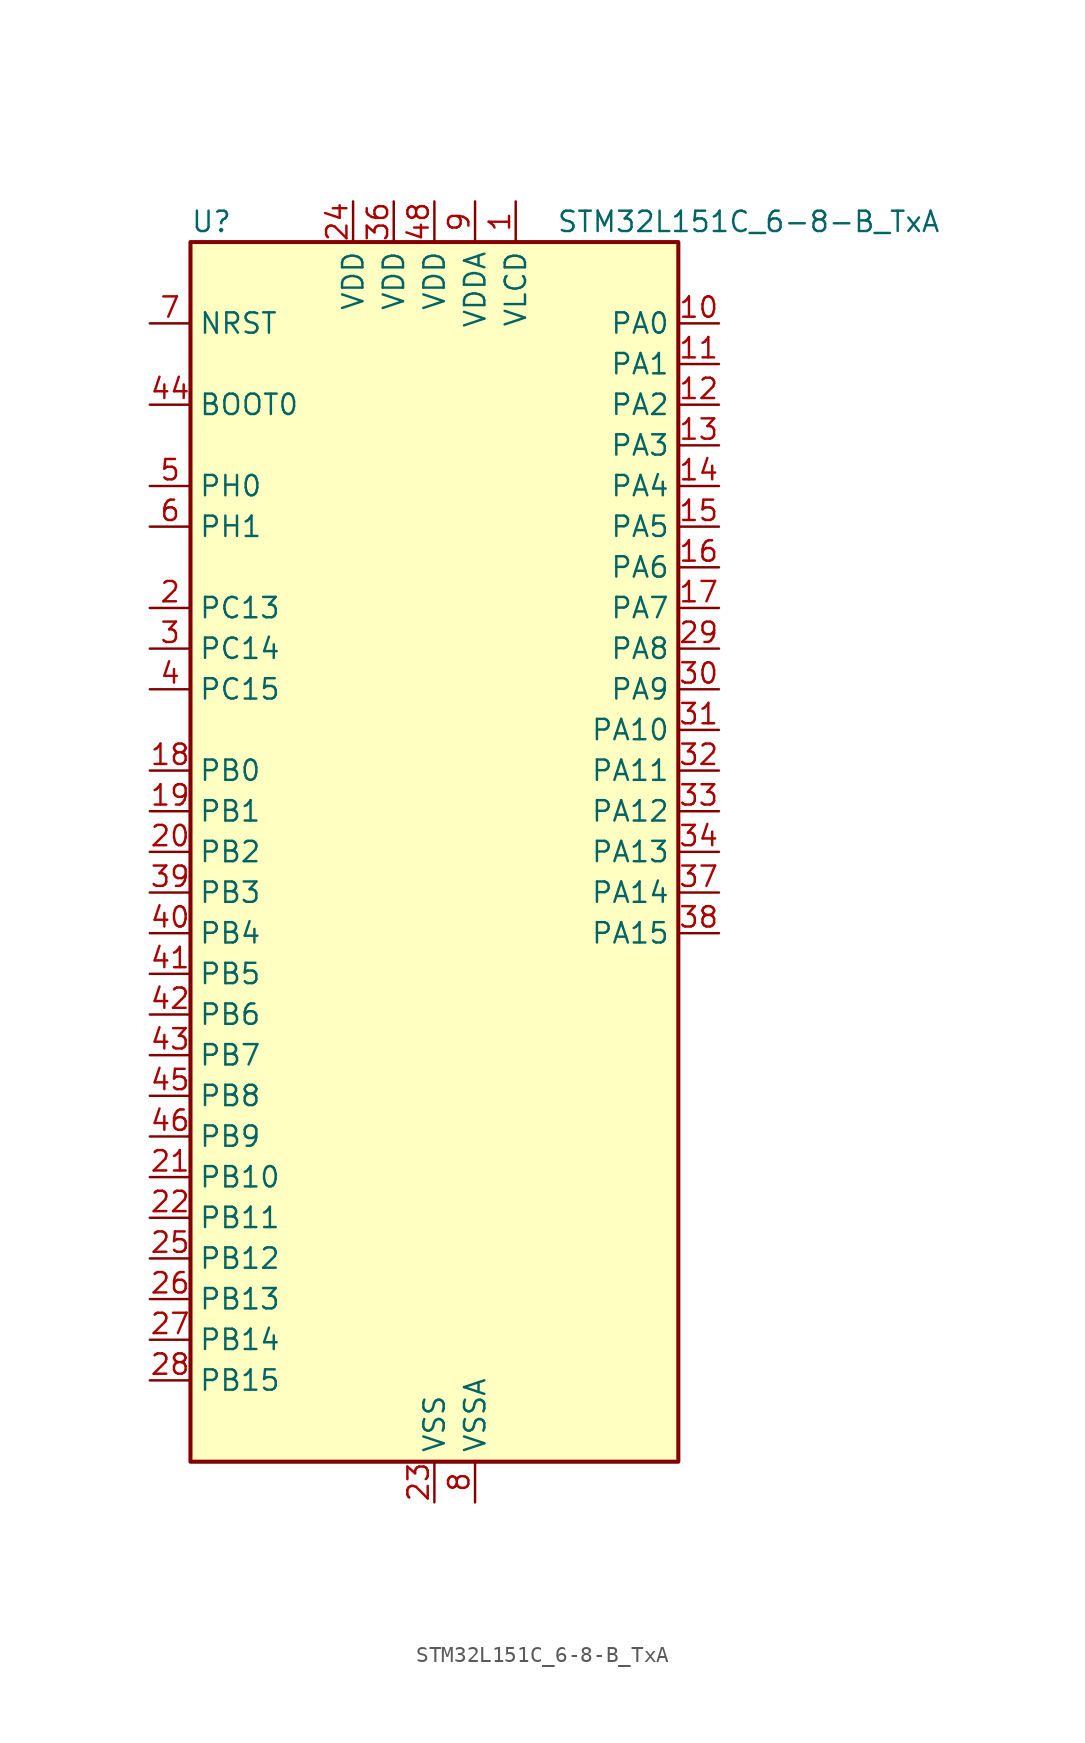
<source format=kicad_sym>
(kicad_symbol_lib
  (version 20241209)
  (generator "kicad_symbol_editor")
  (generator_version "9.0")
  (symbol "STM32L151C_6-8-B_TxA"
    (property "Reference" "U"
      (at -15.24 39.37 0)
      (effects (font (size 1.27 1.27)) (justify left)))
    (property "Value" "STM32L151C_6-8-B_TxA"
      (at 7.62 39.37 0)
      (effects (font (size 1.27 1.27)) (justify left)))
    (symbol "STM32L151C_6-8-B_TxA_0_1"
      (rectangle (start -15.24 -38.1) (end 15.24 38.1) (stroke (width 0.254) (type default)) (fill (type background))))
    (symbol "STM32L151C_6-8-B_TxA_1_1"
      (pin input line (at -17.78 33.02 0) (length 2.54) (name "NRST" (effects (font (size 1.27 1.27)))) (number "7" (effects (font (size 1.27 1.27)))))
      (pin input line (at -17.78 27.94 0) (length 2.54) (name "BOOT0" (effects (font (size 1.27 1.27)))) (number "44" (effects (font (size 1.27 1.27)))))
      (pin bidirectional line (at -17.78 22.86 0) (length 2.54) (name "PH0" (effects (font (size 1.27 1.27)))) (number "5" (effects (font (size 1.27 1.27)))) (alternate "RCC_OSC_IN" bidirectional line))
      (pin bidirectional line (at -17.78 20.32 0) (length 2.54) (name "PH1" (effects (font (size 1.27 1.27)))) (number "6" (effects (font (size 1.27 1.27)))) (alternate "RCC_OSC_OUT" bidirectional line))
      (pin bidirectional line (at -17.78 15.24 0) (length 2.54) (name "PC13" (effects (font (size 1.27 1.27)))) (number "2" (effects (font (size 1.27 1.27)))) (alternate "RTC_OUT_ALARM" bidirectional line) (alternate "RTC_OUT_CALIB" bidirectional line) (alternate "RTC_TAMP1" bidirectional line) (alternate "RTC_TS" bidirectional line) (alternate "SYS_WKUP2" bidirectional line) (alternate "TIMX_IC2" bidirectional line))
      (pin bidirectional line (at -17.78 12.7 0) (length 2.54) (name "PC14" (effects (font (size 1.27 1.27)))) (number "3" (effects (font (size 1.27 1.27)))) (alternate "RCC_OSC32_IN" bidirectional line) (alternate "TIMX_IC3" bidirectional line))
      (pin bidirectional line (at -17.78 10.16 0) (length 2.54) (name "PC15" (effects (font (size 1.27 1.27)))) (number "4" (effects (font (size 1.27 1.27)))) (alternate "ADC_EXTI15" bidirectional line) (alternate "RCC_OSC32_OUT" bidirectional line) (alternate "TIMX_IC4" bidirectional line))
      (pin bidirectional line (at -17.78 5.08 0) (length 2.54) (name "PB0" (effects (font (size 1.27 1.27)))) (number "18" (effects (font (size 1.27 1.27)))) (alternate "ADC_IN8" bidirectional line) (alternate "COMP1_INP" bidirectional line) (alternate "SYS_V_REF_OUT" bidirectional line) (alternate "TIM3_CH3" bidirectional line) (alternate "TS_G3_IO1" bidirectional line))
      (pin bidirectional line (at -17.78 2.54 0) (length 2.54) (name "PB1" (effects (font (size 1.27 1.27)))) (number "19" (effects (font (size 1.27 1.27)))) (alternate "ADC_IN9" bidirectional line) (alternate "COMP1_INP" bidirectional line) (alternate "SYS_V_REF_OUT" bidirectional line) (alternate "TIM3_CH4" bidirectional line) (alternate "TS_G3_IO2" bidirectional line))
      (pin bidirectional line (at -17.78 0 0) (length 2.54) (name "PB2" (effects (font (size 1.27 1.27)))) (number "20" (effects (font (size 1.27 1.27)))) (alternate "TS_G3_IO3" bidirectional line))
      (pin bidirectional line (at -17.78 -2.54 0) (length 2.54) (name "PB3" (effects (font (size 1.27 1.27)))) (number "39" (effects (font (size 1.27 1.27)))) (alternate "COMP2_INM" bidirectional line) (alternate "SPI1_SCK" bidirectional line) (alternate "SYS_JTDO-TRACESWO" bidirectional line) (alternate "TIM2_CH2" bidirectional line))
      (pin bidirectional line (at -17.78 -5.08 0) (length 2.54) (name "PB4" (effects (font (size 1.27 1.27)))) (number "40" (effects (font (size 1.27 1.27)))) (alternate "COMP2_INP" bidirectional line) (alternate "SPI1_MISO" bidirectional line) (alternate "SYS_JTRST" bidirectional line) (alternate "TIM3_CH1" bidirectional line) (alternate "TS_G6_IO1" bidirectional line))
      (pin bidirectional line (at -17.78 -7.62 0) (length 2.54) (name "PB5" (effects (font (size 1.27 1.27)))) (number "41" (effects (font (size 1.27 1.27)))) (alternate "COMP2_INP" bidirectional line) (alternate "I2C1_SMBA" bidirectional line) (alternate "SPI1_MOSI" bidirectional line) (alternate "TIM3_CH2" bidirectional line) (alternate "TS_G6_IO2" bidirectional line))
      (pin bidirectional line (at -17.78 -10.16 0) (length 2.54) (name "PB6" (effects (font (size 1.27 1.27)))) (number "42" (effects (font (size 1.27 1.27)))) (alternate "I2C1_SCL" bidirectional line) (alternate "TIM4_CH1" bidirectional line) (alternate "TS_G6_IO3" bidirectional line) (alternate "USART1_TX" bidirectional line))
      (pin bidirectional line (at -17.78 -12.7 0) (length 2.54) (name "PB7" (effects (font (size 1.27 1.27)))) (number "43" (effects (font (size 1.27 1.27)))) (alternate "I2C1_SDA" bidirectional line) (alternate "SYS_PVD_IN" bidirectional line) (alternate "TIM4_CH2" bidirectional line) (alternate "TS_G6_IO4" bidirectional line) (alternate "USART1_RX" bidirectional line))
      (pin bidirectional line (at -17.78 -15.24 0) (length 2.54) (name "PB8" (effects (font (size 1.27 1.27)))) (number "45" (effects (font (size 1.27 1.27)))) (alternate "I2C1_SCL" bidirectional line) (alternate "TIM10_CH1" bidirectional line) (alternate "TIM4_CH3" bidirectional line))
      (pin bidirectional line (at -17.78 -17.78 0) (length 2.54) (name "PB9" (effects (font (size 1.27 1.27)))) (number "46" (effects (font (size 1.27 1.27)))) (alternate "DAC_EXTI9" bidirectional line) (alternate "I2C1_SDA" bidirectional line) (alternate "TIM11_CH1" bidirectional line) (alternate "TIM4_CH4" bidirectional line))
      (pin bidirectional line (at -17.78 -20.32 0) (length 2.54) (name "PB10" (effects (font (size 1.27 1.27)))) (number "21" (effects (font (size 1.27 1.27)))) (alternate "I2C2_SCL" bidirectional line) (alternate "TIM2_CH3" bidirectional line) (alternate "USART3_TX" bidirectional line))
      (pin bidirectional line (at -17.78 -22.86 0) (length 2.54) (name "PB11" (effects (font (size 1.27 1.27)))) (number "22" (effects (font (size 1.27 1.27)))) (alternate "ADC_EXTI11" bidirectional line) (alternate "I2C2_SDA" bidirectional line) (alternate "TIM2_CH4" bidirectional line) (alternate "USART3_RX" bidirectional line))
      (pin bidirectional line (at -17.78 -25.4 0) (length 2.54) (name "PB12" (effects (font (size 1.27 1.27)))) (number "25" (effects (font (size 1.27 1.27)))) (alternate "ADC_IN18" bidirectional line) (alternate "COMP1_INP" bidirectional line) (alternate "I2C2_SMBA" bidirectional line) (alternate "SPI2_NSS" bidirectional line) (alternate "TIM10_CH1" bidirectional line) (alternate "TS_G7_IO1" bidirectional line) (alternate "USART3_CK" bidirectional line))
      (pin bidirectional line (at -17.78 -27.94 0) (length 2.54) (name "PB13" (effects (font (size 1.27 1.27)))) (number "26" (effects (font (size 1.27 1.27)))) (alternate "ADC_IN19" bidirectional line) (alternate "COMP1_INP" bidirectional line) (alternate "SPI2_SCK" bidirectional line) (alternate "TIM9_CH1" bidirectional line) (alternate "TS_G7_IO2" bidirectional line) (alternate "USART3_CTS" bidirectional line))
      (pin bidirectional line (at -17.78 -30.48 0) (length 2.54) (name "PB14" (effects (font (size 1.27 1.27)))) (number "27" (effects (font (size 1.27 1.27)))) (alternate "ADC_IN20" bidirectional line) (alternate "COMP1_INP" bidirectional line) (alternate "SPI2_MISO" bidirectional line) (alternate "TIM9_CH2" bidirectional line) (alternate "TS_G7_IO3" bidirectional line) (alternate "USART3_RTS" bidirectional line))
      (pin bidirectional line (at -17.78 -33.02 0) (length 2.54) (name "PB15" (effects (font (size 1.27 1.27)))) (number "28" (effects (font (size 1.27 1.27)))) (alternate "ADC_EXTI15" bidirectional line) (alternate "ADC_IN21" bidirectional line) (alternate "COMP1_INP" bidirectional line) (alternate "RTC_REFIN" bidirectional line) (alternate "SPI2_MOSI" bidirectional line) (alternate "TIM11_CH1" bidirectional line) (alternate "TS_G7_IO4" bidirectional line))
      (pin power_in line (at -5.08 40.64 270) (length 2.54) (name "VDD" (effects (font (size 1.27 1.27)))) (number "24" (effects (font (size 1.27 1.27)))))
      (pin power_in line (at -2.54 40.64 270) (length 2.54) (name "VDD" (effects (font (size 1.27 1.27)))) (number "36" (effects (font (size 1.27 1.27)))))
      (pin power_in line (at 0 40.64 270) (length 2.54) (name "VDD" (effects (font (size 1.27 1.27)))) (number "48" (effects (font (size 1.27 1.27)))))
      (pin power_in line (at 0 -40.64 90) (length 2.54) (name "VSS" (effects (font (size 1.27 1.27)))) (number "23" (effects (font (size 1.27 1.27)))))
      (pin passive line (at 0 -40.64 90) (length 2.54) (hide yes) (name "VSS" (effects (font (size 1.27 1.27)))) (number "35" (effects (font (size 1.27 1.27)))))
      (pin passive line (at 0 -40.64 90) (length 2.54) (hide yes) (name "VSS" (effects (font (size 1.27 1.27)))) (number "47" (effects (font (size 1.27 1.27)))))
      (pin power_in line (at 2.54 40.64 270) (length 2.54) (name "VDDA" (effects (font (size 1.27 1.27)))) (number "9" (effects (font (size 1.27 1.27)))))
      (pin power_in line (at 2.54 -40.64 90) (length 2.54) (name "VSSA" (effects (font (size 1.27 1.27)))) (number "8" (effects (font (size 1.27 1.27)))))
      (pin power_in line (at 5.08 40.64 270) (length 2.54) (name "VLCD" (effects (font (size 1.27 1.27)))) (number "1" (effects (font (size 1.27 1.27)))))
      (pin bidirectional line (at 17.78 33.02 180) (length 2.54) (name "PA0" (effects (font (size 1.27 1.27)))) (number "10" (effects (font (size 1.27 1.27)))) (alternate "ADC_IN0" bidirectional line) (alternate "COMP1_INP" bidirectional line) (alternate "RTC_TAMP2" bidirectional line) (alternate "SYS_WKUP1" bidirectional line) (alternate "TIM2_CH1" bidirectional line) (alternate "TIM2_ETR" bidirectional line) (alternate "TIMX_IC1" bidirectional line) (alternate "TS_G1_IO1" bidirectional line) (alternate "USART2_CTS" bidirectional line))
      (pin bidirectional line (at 17.78 30.48 180) (length 2.54) (name "PA1" (effects (font (size 1.27 1.27)))) (number "11" (effects (font (size 1.27 1.27)))) (alternate "ADC_IN1" bidirectional line) (alternate "COMP1_INP" bidirectional line) (alternate "TIM2_CH2" bidirectional line) (alternate "TIMX_IC2" bidirectional line) (alternate "TS_G1_IO2" bidirectional line) (alternate "USART2_RTS" bidirectional line))
      (pin bidirectional line (at 17.78 27.94 180) (length 2.54) (name "PA2" (effects (font (size 1.27 1.27)))) (number "12" (effects (font (size 1.27 1.27)))) (alternate "ADC_IN2" bidirectional line) (alternate "COMP1_INP" bidirectional line) (alternate "TIM2_CH3" bidirectional line) (alternate "TIM9_CH1" bidirectional line) (alternate "TIMX_IC3" bidirectional line) (alternate "TS_G1_IO3" bidirectional line) (alternate "USART2_TX" bidirectional line))
      (pin bidirectional line (at 17.78 25.4 180) (length 2.54) (name "PA3" (effects (font (size 1.27 1.27)))) (number "13" (effects (font (size 1.27 1.27)))) (alternate "ADC_IN3" bidirectional line) (alternate "COMP1_INP" bidirectional line) (alternate "TIM2_CH4" bidirectional line) (alternate "TIM9_CH2" bidirectional line) (alternate "TIMX_IC4" bidirectional line) (alternate "TS_G1_IO4" bidirectional line) (alternate "USART2_RX" bidirectional line))
      (pin bidirectional line (at 17.78 22.86 180) (length 2.54) (name "PA4" (effects (font (size 1.27 1.27)))) (number "14" (effects (font (size 1.27 1.27)))) (alternate "ADC_IN4" bidirectional line) (alternate "COMP1_INP" bidirectional line) (alternate "DAC_OUT1" bidirectional line) (alternate "SPI1_NSS" bidirectional line) (alternate "TIMX_IC1" bidirectional line) (alternate "USART2_CK" bidirectional line))
      (pin bidirectional line (at 17.78 20.32 180) (length 2.54) (name "PA5" (effects (font (size 1.27 1.27)))) (number "15" (effects (font (size 1.27 1.27)))) (alternate "ADC_IN5" bidirectional line) (alternate "COMP1_INP" bidirectional line) (alternate "DAC_OUT2" bidirectional line) (alternate "SPI1_SCK" bidirectional line) (alternate "TIM2_CH1" bidirectional line) (alternate "TIM2_ETR" bidirectional line) (alternate "TIMX_IC2" bidirectional line))
      (pin bidirectional line (at 17.78 17.78 180) (length 2.54) (name "PA6" (effects (font (size 1.27 1.27)))) (number "16" (effects (font (size 1.27 1.27)))) (alternate "ADC_IN6" bidirectional line) (alternate "COMP1_INP" bidirectional line) (alternate "SPI1_MISO" bidirectional line) (alternate "TIM10_CH1" bidirectional line) (alternate "TIM3_CH1" bidirectional line) (alternate "TIMX_IC3" bidirectional line) (alternate "TS_G2_IO1" bidirectional line))
      (pin bidirectional line (at 17.78 15.24 180) (length 2.54) (name "PA7" (effects (font (size 1.27 1.27)))) (number "17" (effects (font (size 1.27 1.27)))) (alternate "ADC_IN7" bidirectional line) (alternate "COMP1_INP" bidirectional line) (alternate "SPI1_MOSI" bidirectional line) (alternate "TIM11_CH1" bidirectional line) (alternate "TIM3_CH2" bidirectional line) (alternate "TIMX_IC4" bidirectional line) (alternate "TS_G2_IO2" bidirectional line))
      (pin bidirectional line (at 17.78 12.7 180) (length 2.54) (name "PA8" (effects (font (size 1.27 1.27)))) (number "29" (effects (font (size 1.27 1.27)))) (alternate "RCC_MCO" bidirectional line) (alternate "TIMX_IC1" bidirectional line) (alternate "TS_G4_IO1" bidirectional line) (alternate "USART1_CK" bidirectional line))
      (pin bidirectional line (at 17.78 10.16 180) (length 2.54) (name "PA9" (effects (font (size 1.27 1.27)))) (number "30" (effects (font (size 1.27 1.27)))) (alternate "DAC_EXTI9" bidirectional line) (alternate "TIMX_IC2" bidirectional line) (alternate "TS_G4_IO2" bidirectional line) (alternate "USART1_TX" bidirectional line))
      (pin bidirectional line (at 17.78 7.62 180) (length 2.54) (name "PA10" (effects (font (size 1.27 1.27)))) (number "31" (effects (font (size 1.27 1.27)))) (alternate "TIMX_IC3" bidirectional line) (alternate "TS_G4_IO3" bidirectional line) (alternate "USART1_RX" bidirectional line))
      (pin bidirectional line (at 17.78 5.08 180) (length 2.54) (name "PA11" (effects (font (size 1.27 1.27)))) (number "32" (effects (font (size 1.27 1.27)))) (alternate "ADC_EXTI11" bidirectional line) (alternate "SPI1_MISO" bidirectional line) (alternate "TIMX_IC4" bidirectional line) (alternate "USART1_CTS" bidirectional line) (alternate "USB_DM" bidirectional line))
      (pin bidirectional line (at 17.78 2.54 180) (length 2.54) (name "PA12" (effects (font (size 1.27 1.27)))) (number "33" (effects (font (size 1.27 1.27)))) (alternate "SPI1_MOSI" bidirectional line) (alternate "TIMX_IC1" bidirectional line) (alternate "USART1_RTS" bidirectional line) (alternate "USB_DP" bidirectional line))
      (pin bidirectional line (at 17.78 0 180) (length 2.54) (name "PA13" (effects (font (size 1.27 1.27)))) (number "34" (effects (font (size 1.27 1.27)))) (alternate "SYS_JTMS-SWDIO" bidirectional line) (alternate "TIMX_IC2" bidirectional line) (alternate "TS_G5_IO1" bidirectional line))
      (pin bidirectional line (at 17.78 -2.54 180) (length 2.54) (name "PA14" (effects (font (size 1.27 1.27)))) (number "37" (effects (font (size 1.27 1.27)))) (alternate "SYS_JTCK-SWCLK" bidirectional line) (alternate "TIMX_IC3" bidirectional line) (alternate "TS_G5_IO2" bidirectional line))
      (pin bidirectional line (at 17.78 -5.08 180) (length 2.54) (name "PA15" (effects (font (size 1.27 1.27)))) (number "38" (effects (font (size 1.27 1.27)))) (alternate "ADC_EXTI15" bidirectional line) (alternate "SPI1_NSS" bidirectional line) (alternate "SYS_JTDI" bidirectional line) (alternate "TIM2_CH1" bidirectional line) (alternate "TIM2_ETR" bidirectional line) (alternate "TIMX_IC4" bidirectional line) (alternate "TS_G5_IO3" bidirectional line)))))
</source>
